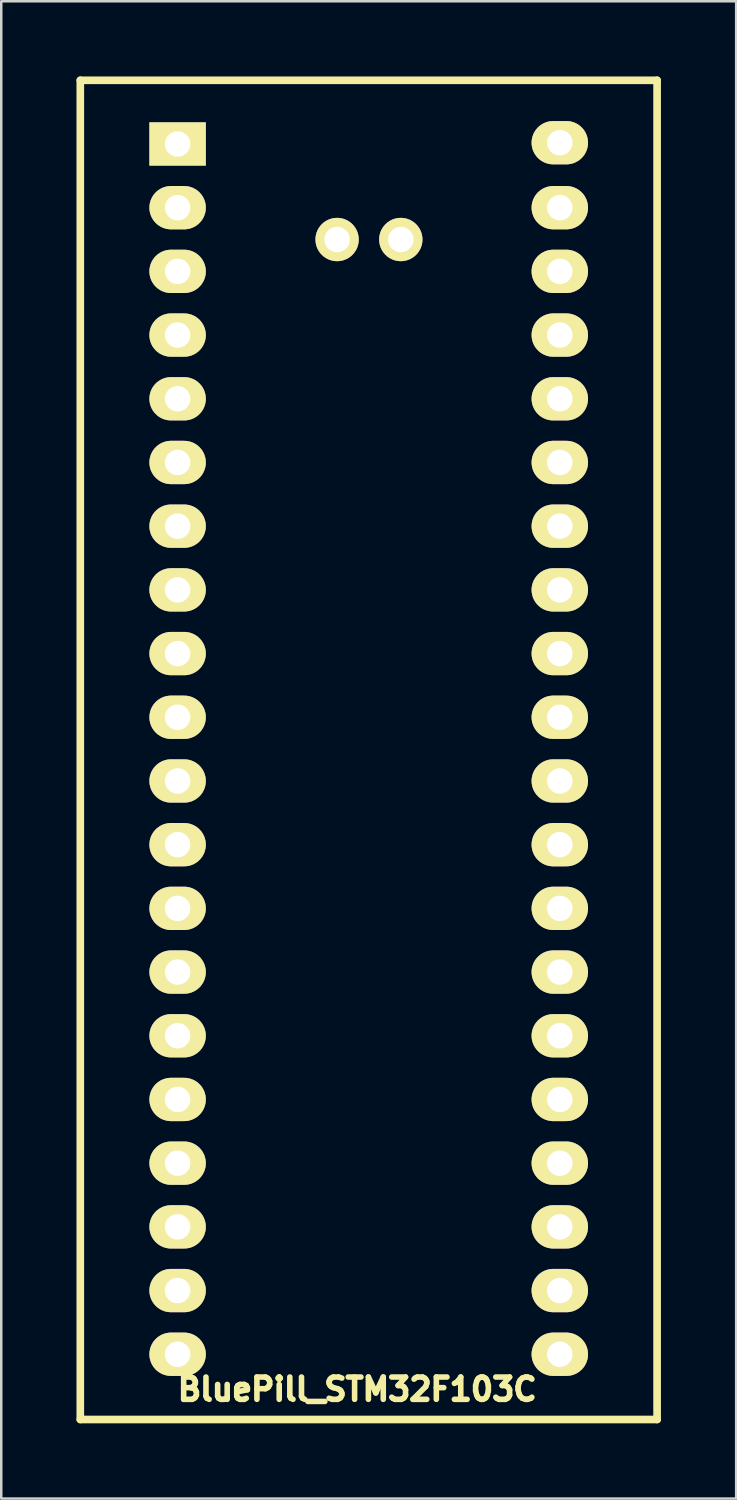
<source format=kicad_pcb>
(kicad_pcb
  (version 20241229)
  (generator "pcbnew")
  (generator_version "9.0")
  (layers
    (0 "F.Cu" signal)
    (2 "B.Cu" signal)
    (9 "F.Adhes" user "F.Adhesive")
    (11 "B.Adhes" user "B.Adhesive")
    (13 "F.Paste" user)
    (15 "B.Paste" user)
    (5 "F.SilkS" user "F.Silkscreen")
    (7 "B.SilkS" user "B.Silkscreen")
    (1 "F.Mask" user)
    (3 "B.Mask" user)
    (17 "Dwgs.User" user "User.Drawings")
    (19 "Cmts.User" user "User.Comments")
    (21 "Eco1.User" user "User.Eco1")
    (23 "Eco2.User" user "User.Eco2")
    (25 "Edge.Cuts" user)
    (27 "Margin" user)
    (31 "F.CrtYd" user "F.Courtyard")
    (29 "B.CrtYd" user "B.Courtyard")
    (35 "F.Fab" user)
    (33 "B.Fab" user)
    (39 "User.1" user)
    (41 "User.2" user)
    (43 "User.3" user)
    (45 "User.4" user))
  (footprint "BluePill_STM32F103C"
    (layer "F.Cu")
    (at 4.032 2.742)
    (property "Reference" "BluePill_STM32F103C" (at 7.163 49.606 180) (layer "F.SilkS") (effects (font (size 0.889 0.889) (thickness 0.305))))
    (attr through_hole)
    (fp_line (start -3.88 -2.59) (end 19.12 -2.59) (stroke (width 0.305) (type solid)) (layer "F.SilkS"))
    (fp_line (start -3.88 50.81) (end -3.88 -2.59) (stroke (width 0.305) (type solid)) (layer "F.SilkS"))
    (fp_line (start 19.12 -2.59) (end 19.12 50.81) (stroke (width 0.305) (type solid)) (layer "F.SilkS"))
    (fp_line (start 19.12 50.81) (end -3.88 50.81) (stroke (width 0.305) (type solid)) (layer "F.SilkS"))
    (pad "1" thru_hole rect (at 0 -0.051 270) (size 1.727 2.25) (drill 1.016) (layers "*.Cu" "*.Mask" "F.SilkS"))
    (pad "2" thru_hole oval (at 0 2.489 270) (size 1.727 2.25) (drill 1.016) (layers "*.Cu" "*.Mask" "F.SilkS"))
    (pad "3" thru_hole oval (at 0 5.029 270) (size 1.727 2.25) (drill 1.016) (layers "*.Cu" "*.Mask" "F.SilkS"))
    (pad "4" thru_hole oval (at 0 7.569 270) (size 1.727 2.25) (drill 1.016) (layers "*.Cu" "*.Mask" "F.SilkS"))
    (pad "5" thru_hole oval (at 0 10.109 270) (size 1.727 2.25) (drill 1.016) (layers "*.Cu" "*.Mask" "F.SilkS"))
    (pad "6" thru_hole oval (at 0 12.649 270) (size 1.727 2.25) (drill 1.016) (layers "*.Cu" "*.Mask" "F.SilkS"))
    (pad "7" thru_hole oval (at 0 15.189 270) (size 1.727 2.25) (drill 1.016) (layers "*.Cu" "*.Mask" "F.SilkS"))
    (pad "8" thru_hole oval (at 0 17.729 270) (size 1.727 2.25) (drill 1.016) (layers "*.Cu" "*.Mask" "F.SilkS"))
    (pad "9" thru_hole oval (at 0 20.269 270) (size 1.727 2.25) (drill 1.016) (layers "*.Cu" "*.Mask" "F.SilkS"))
    (pad "10" thru_hole oval (at 0 22.809 270) (size 1.727 2.25) (drill 1.016) (layers "*.Cu" "*.Mask" "F.SilkS"))
    (pad "11" thru_hole oval (at 0 25.349 270) (size 1.727 2.25) (drill 1.016) (layers "*.Cu" "*.Mask" "F.SilkS"))
    (pad "12" thru_hole oval (at 0 27.889 270) (size 1.727 2.25) (drill 1.016) (layers "*.Cu" "*.Mask" "F.SilkS"))
    (pad "13" thru_hole oval (at 0 30.429 270) (size 1.727 2.25) (drill 1.016) (layers "*.Cu" "*.Mask" "F.SilkS"))
    (pad "14" thru_hole oval (at 0 32.969 270) (size 1.727 2.25) (drill 1.016) (layers "*.Cu" "*.Mask" "F.SilkS"))
    (pad "15" thru_hole oval (at 0 35.509 270) (size 1.727 2.25) (drill 1.016) (layers "*.Cu" "*.Mask" "F.SilkS"))
    (pad "16" thru_hole oval (at 0 38.049 270) (size 1.727 2.25) (drill 1.016) (layers "*.Cu" "*.Mask" "F.SilkS"))
    (pad "17" thru_hole oval (at 0 40.589 270) (size 1.727 2.25) (drill 1.016) (layers "*.Cu" "*.Mask" "F.SilkS"))
    (pad "18" thru_hole oval (at 0 43.129 270) (size 1.727 2.25) (drill 1.016) (layers "*.Cu" "*.Mask" "F.SilkS"))
    (pad "19" thru_hole oval (at 0 45.669 270) (size 1.727 2.25) (drill 1.016) (layers "*.Cu" "*.Mask" "F.SilkS"))
    (pad "20" thru_hole oval (at 0 48.209 270) (size 1.727 2.25) (drill 1.016) (layers "*.Cu" "*.Mask" "F.SilkS"))
    (pad "21" thru_hole oval (at 15.24 48.209 90) (size 1.727 2.25) (drill 1.016) (layers "*.Cu" "*.Mask" "F.SilkS"))
    (pad "22" thru_hole oval (at 15.24 45.669 90) (size 1.727 2.25) (drill 1.016) (layers "*.Cu" "*.Mask" "F.SilkS"))
    (pad "23" thru_hole oval (at 15.24 43.129 90) (size 1.727 2.25) (drill 1.016) (layers "*.Cu" "*.Mask" "F.SilkS"))
    (pad "24" thru_hole oval (at 15.24 40.589 90) (size 1.727 2.25) (drill 1.016) (layers "*.Cu" "*.Mask" "F.SilkS"))
    (pad "25" thru_hole oval (at 15.24 38.049 90) (size 1.727 2.25) (drill 1.016) (layers "*.Cu" "*.Mask" "F.SilkS"))
    (pad "26" thru_hole oval (at 15.24 35.509 90) (size 1.727 2.25) (drill 1.016) (layers "*.Cu" "*.Mask" "F.SilkS"))
    (pad "27" thru_hole oval (at 15.24 32.969 90) (size 1.727 2.25) (drill 1.016) (layers "*.Cu" "*.Mask" "F.SilkS"))
    (pad "28" thru_hole oval (at 15.24 30.429 90) (size 1.727 2.25) (drill 1.016) (layers "*.Cu" "*.Mask" "F.SilkS"))
    (pad "29" thru_hole oval (at 15.24 27.889 90) (size 1.727 2.25) (drill 1.016) (layers "*.Cu" "*.Mask" "F.SilkS"))
    (pad "30" thru_hole oval (at 15.24 25.349 90) (size 1.727 2.25) (drill 1.016) (layers "*.Cu" "*.Mask" "F.SilkS"))
    (pad "31" thru_hole oval (at 15.24 22.809 90) (size 1.727 2.25) (drill 1.016) (layers "*.Cu" "*.Mask" "F.SilkS"))
    (pad "32" thru_hole oval (at 15.24 20.269 90) (size 1.727 2.25) (drill 1.016) (layers "*.Cu" "*.Mask" "F.SilkS"))
    (pad "33" thru_hole oval (at 15.24 17.729 90) (size 1.727 2.25) (drill 1.016) (layers "*.Cu" "*.Mask" "F.SilkS"))
    (pad "34" thru_hole oval (at 15.24 15.189 90) (size 1.727 2.25) (drill 1.016) (layers "*.Cu" "*.Mask" "F.SilkS"))
    (pad "35" thru_hole oval (at 15.24 12.649 90) (size 1.727 2.25) (drill 1.016) (layers "*.Cu" "*.Mask" "F.SilkS"))
    (pad "36" thru_hole oval (at 15.24 10.109 90) (size 1.727 2.25) (drill 1.016) (layers "*.Cu" "*.Mask" "F.SilkS"))
    (pad "37" thru_hole oval (at 15.24 7.569 90) (size 1.727 2.25) (drill 1.016) (layers "*.Cu" "*.Mask" "F.SilkS"))
    (pad "38" thru_hole oval (at 15.24 5.029 90) (size 1.727 2.25) (drill 1.016) (layers "*.Cu" "*.Mask" "F.SilkS"))
    (pad "39" thru_hole oval (at 15.24 2.489 90) (size 1.727 2.25) (drill 1.016) (layers "*.Cu" "*.Mask" "F.SilkS"))
    (pad "40" thru_hole oval (at 15.24 -0.102 90) (size 1.727 2.25) (drill 1.016) (layers "*.Cu" "*.Mask" "F.SilkS"))
    (pad "41" thru_hole oval (at 8.9 3.759 90) (size 1.727 1.727) (drill 1.016) (layers "*.Cu" "*.Mask" "F.SilkS"))
    (pad "42" thru_hole oval (at 6.36 3.759 90) (size 1.727 1.727) (drill 1.016) (layers "*.Cu" "*.Mask" "F.SilkS")))
  (gr_rect
    (start -3 -3)
    (end 26.305 56.705)
    (stroke (width 0.1) (type default))
    (fill no)
    (layer "Edge.Cuts")))
</source>
